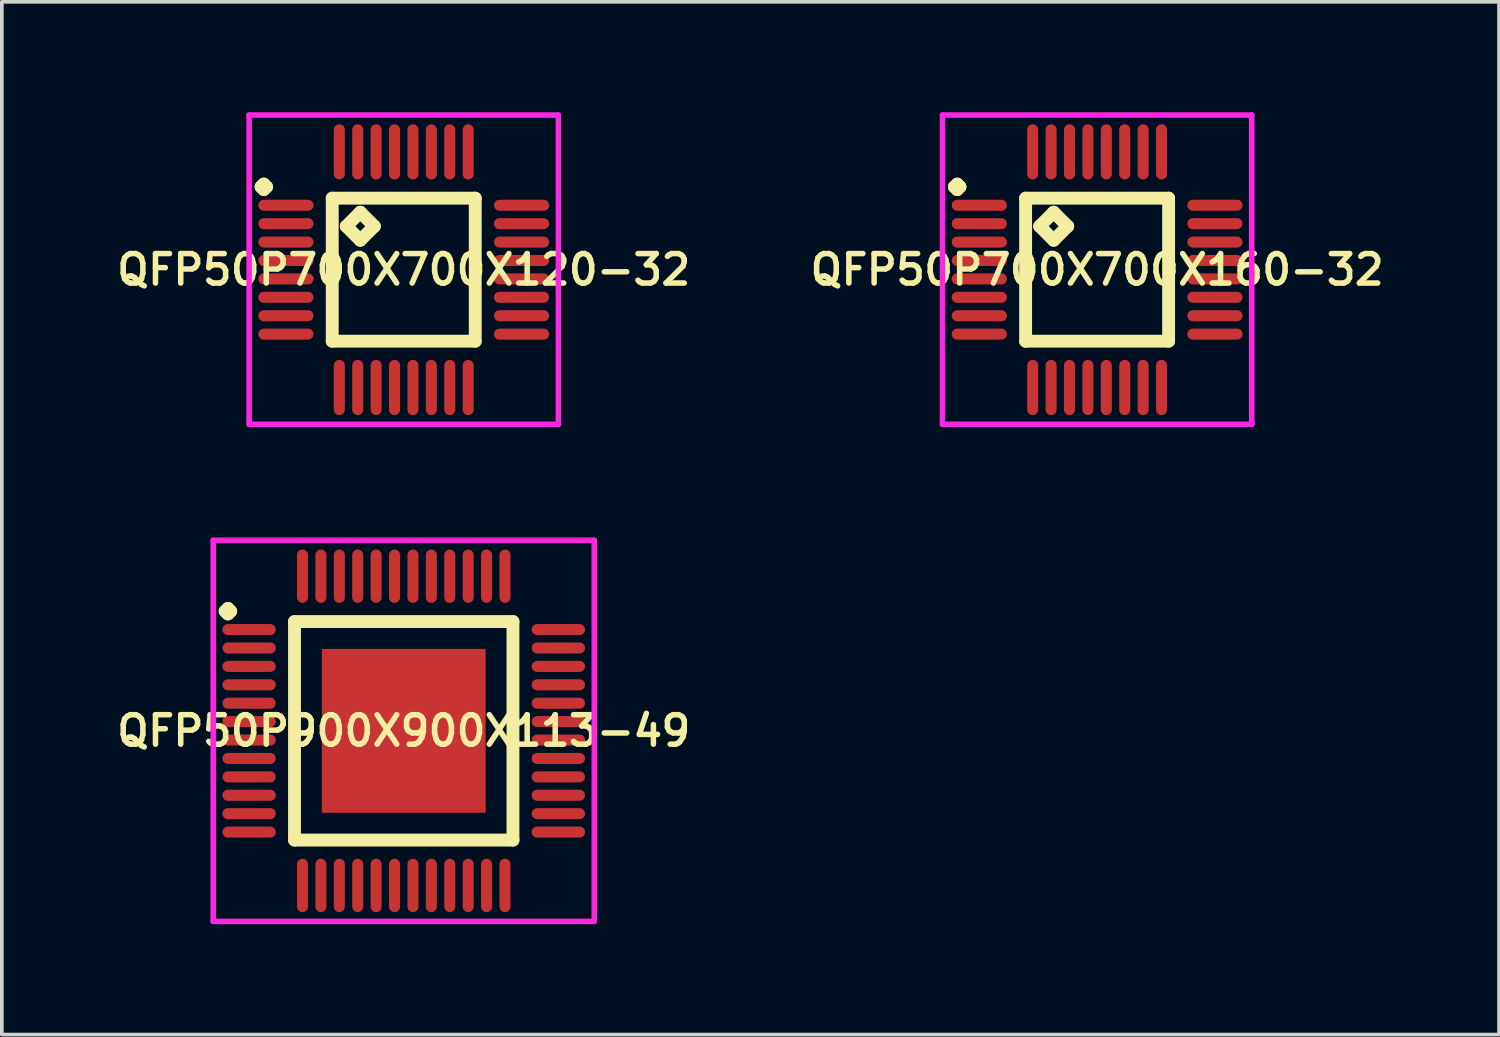
<source format=kicad_pcb>
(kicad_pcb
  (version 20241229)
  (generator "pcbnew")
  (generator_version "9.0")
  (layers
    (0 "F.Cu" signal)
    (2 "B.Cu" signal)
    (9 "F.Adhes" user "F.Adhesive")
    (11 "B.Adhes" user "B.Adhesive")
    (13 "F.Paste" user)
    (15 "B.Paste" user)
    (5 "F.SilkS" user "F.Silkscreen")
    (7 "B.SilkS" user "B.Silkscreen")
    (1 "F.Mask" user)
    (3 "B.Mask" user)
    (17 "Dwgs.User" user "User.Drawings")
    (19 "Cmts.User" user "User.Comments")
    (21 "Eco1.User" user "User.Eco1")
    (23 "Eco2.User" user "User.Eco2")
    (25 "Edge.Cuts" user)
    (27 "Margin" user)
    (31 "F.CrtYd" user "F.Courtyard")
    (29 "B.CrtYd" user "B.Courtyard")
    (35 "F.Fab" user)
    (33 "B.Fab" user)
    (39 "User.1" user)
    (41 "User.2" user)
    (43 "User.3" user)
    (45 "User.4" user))
  (footprint "QFP50P900X900X113-49"
    (layer "F.Cu")
    (at 7.916 16.8)
    (property "Reference" "QFP50P900X900X113-49" (at 0 0 0) (layer "F.SilkS") (effects (font (size 0.8 0.8) (thickness 0.15))))
    (attr smd)
    (fp_line (start -4.85 -3.25) (end -4.775 -3.325) (stroke (width 0.35) (type solid)) (layer "F.SilkS"))
    (fp_line (start -4.775 -3.325) (end -4.7 -3.25) (stroke (width 0.35) (type solid)) (layer "F.SilkS"))
    (fp_line (start -4.775 -3.175) (end -4.85 -3.25) (stroke (width 0.35) (type solid)) (layer "F.SilkS"))
    (fp_line (start -4.7 -3.25) (end -4.775 -3.175) (stroke (width 0.35) (type solid)) (layer "F.SilkS"))
    (fp_line (start -2.967 -2.967) (end -2.967 2.967) (stroke (width 0.35) (type solid)) (layer "F.SilkS"))
    (fp_line (start -2.967 2.967) (end 2.967 2.967) (stroke (width 0.35) (type solid)) (layer "F.SilkS"))
    (fp_line (start 2.967 -2.967) (end -2.967 -2.967) (stroke (width 0.35) (type solid)) (layer "F.SilkS"))
    (fp_line (start 2.967 2.967) (end 2.967 -2.967) (stroke (width 0.35) (type solid)) (layer "F.SilkS"))
    (fp_line (start -5.175 -5.175) (end 5.175 -5.175) (stroke (width 0.15) (type solid)) (layer "F.CrtYd"))
    (fp_line (start -5.175 5.175) (end -5.175 -5.175) (stroke (width 0.15) (type solid)) (layer "F.CrtYd"))
    (fp_line (start 5.175 -5.175) (end 5.175 5.175) (stroke (width 0.15) (type solid)) (layer "F.CrtYd"))
    (fp_line (start 5.175 5.175) (end -5.175 5.175) (stroke (width 0.15) (type solid)) (layer "F.CrtYd"))
    (pad "1" smd oval (at -4.2 -2.75) (size 1.45 0.3) (layers "F.Cu" "F.Mask" "F.Paste"))
    (pad "2" smd oval (at -4.2 -2.25) (size 1.45 0.3) (layers "F.Cu" "F.Mask" "F.Paste"))
    (pad "3" smd oval (at -4.2 -1.75) (size 1.45 0.3) (layers "F.Cu" "F.Mask" "F.Paste"))
    (pad "4" smd oval (at -4.2 -1.25) (size 1.45 0.3) (layers "F.Cu" "F.Mask" "F.Paste"))
    (pad "5" smd oval (at -4.2 -0.75) (size 1.45 0.3) (layers "F.Cu" "F.Mask" "F.Paste"))
    (pad "6" smd oval (at -4.2 -0.25) (size 1.45 0.3) (layers "F.Cu" "F.Mask" "F.Paste"))
    (pad "7" smd oval (at -4.2 0.25) (size 1.45 0.3) (layers "F.Cu" "F.Mask" "F.Paste"))
    (pad "8" smd oval (at -4.2 0.75) (size 1.45 0.3) (layers "F.Cu" "F.Mask" "F.Paste"))
    (pad "9" smd oval (at -4.2 1.25) (size 1.45 0.3) (layers "F.Cu" "F.Mask" "F.Paste"))
    (pad "10" smd oval (at -4.2 1.75) (size 1.45 0.3) (layers "F.Cu" "F.Mask" "F.Paste"))
    (pad "11" smd oval (at -4.2 2.25) (size 1.45 0.3) (layers "F.Cu" "F.Mask" "F.Paste"))
    (pad "12" smd oval (at -4.2 2.75) (size 1.45 0.3) (layers "F.Cu" "F.Mask" "F.Paste"))
    (pad "13" smd oval (at -2.75 4.2) (size 0.3 1.45) (layers "F.Cu" "F.Mask" "F.Paste"))
    (pad "14" smd oval (at -2.25 4.2) (size 0.3 1.45) (layers "F.Cu" "F.Mask" "F.Paste"))
    (pad "15" smd oval (at -1.75 4.2) (size 0.3 1.45) (layers "F.Cu" "F.Mask" "F.Paste"))
    (pad "16" smd oval (at -1.25 4.2) (size 0.3 1.45) (layers "F.Cu" "F.Mask" "F.Paste"))
    (pad "17" smd oval (at -0.75 4.2) (size 0.3 1.45) (layers "F.Cu" "F.Mask" "F.Paste"))
    (pad "18" smd oval (at -0.25 4.2) (size 0.3 1.45) (layers "F.Cu" "F.Mask" "F.Paste"))
    (pad "19" smd oval (at 0.25 4.2) (size 0.3 1.45) (layers "F.Cu" "F.Mask" "F.Paste"))
    (pad "20" smd oval (at 0.75 4.2) (size 0.3 1.45) (layers "F.Cu" "F.Mask" "F.Paste"))
    (pad "21" smd oval (at 1.25 4.2) (size 0.3 1.45) (layers "F.Cu" "F.Mask" "F.Paste"))
    (pad "22" smd oval (at 1.75 4.2) (size 0.3 1.45) (layers "F.Cu" "F.Mask" "F.Paste"))
    (pad "23" smd oval (at 2.25 4.2) (size 0.3 1.45) (layers "F.Cu" "F.Mask" "F.Paste"))
    (pad "24" smd oval (at 2.75 4.2) (size 0.3 1.45) (layers "F.Cu" "F.Mask" "F.Paste"))
    (pad "25" smd oval (at 4.2 2.75) (size 1.45 0.3) (layers "F.Cu" "F.Mask" "F.Paste"))
    (pad "26" smd oval (at 4.2 2.25) (size 1.45 0.3) (layers "F.Cu" "F.Mask" "F.Paste"))
    (pad "27" smd oval (at 4.2 1.75) (size 1.45 0.3) (layers "F.Cu" "F.Mask" "F.Paste"))
    (pad "28" smd oval (at 4.2 1.25) (size 1.45 0.3) (layers "F.Cu" "F.Mask" "F.Paste"))
    (pad "29" smd oval (at 4.2 0.75) (size 1.45 0.3) (layers "F.Cu" "F.Mask" "F.Paste"))
    (pad "30" smd oval (at 4.2 0.25) (size 1.45 0.3) (layers "F.Cu" "F.Mask" "F.Paste"))
    (pad "31" smd oval (at 4.2 -0.25) (size 1.45 0.3) (layers "F.Cu" "F.Mask" "F.Paste"))
    (pad "32" smd oval (at 4.2 -0.75) (size 1.45 0.3) (layers "F.Cu" "F.Mask" "F.Paste"))
    (pad "33" smd oval (at 4.2 -1.25) (size 1.45 0.3) (layers "F.Cu" "F.Mask" "F.Paste"))
    (pad "34" smd oval (at 4.2 -1.75) (size 1.45 0.3) (layers "F.Cu" "F.Mask" "F.Paste"))
    (pad "35" smd oval (at 4.2 -2.25) (size 1.45 0.3) (layers "F.Cu" "F.Mask" "F.Paste"))
    (pad "36" smd oval (at 4.2 -2.75) (size 1.45 0.3) (layers "F.Cu" "F.Mask" "F.Paste"))
    (pad "37" smd oval (at 2.75 -4.2) (size 0.3 1.45) (layers "F.Cu" "F.Mask" "F.Paste"))
    (pad "38" smd oval (at 2.25 -4.2) (size 0.3 1.45) (layers "F.Cu" "F.Mask" "F.Paste"))
    (pad "39" smd oval (at 1.75 -4.2) (size 0.3 1.45) (layers "F.Cu" "F.Mask" "F.Paste"))
    (pad "40" smd oval (at 1.25 -4.2) (size 0.3 1.45) (layers "F.Cu" "F.Mask" "F.Paste"))
    (pad "41" smd oval (at 0.75 -4.2) (size 0.3 1.45) (layers "F.Cu" "F.Mask" "F.Paste"))
    (pad "42" smd oval (at 0.25 -4.2) (size 0.3 1.45) (layers "F.Cu" "F.Mask" "F.Paste"))
    (pad "43" smd oval (at -0.25 -4.2) (size 0.3 1.45) (layers "F.Cu" "F.Mask" "F.Paste"))
    (pad "44" smd oval (at -0.75 -4.2) (size 0.3 1.45) (layers "F.Cu" "F.Mask" "F.Paste"))
    (pad "45" smd oval (at -1.25 -4.2) (size 0.3 1.45) (layers "F.Cu" "F.Mask" "F.Paste"))
    (pad "46" smd oval (at -1.75 -4.2) (size 0.3 1.45) (layers "F.Cu" "F.Mask" "F.Paste"))
    (pad "47" smd oval (at -2.25 -4.2) (size 0.3 1.45) (layers "F.Cu" "F.Mask" "F.Paste"))
    (pad "48" smd oval (at -2.75 -4.2) (size 0.3 1.45) (layers "F.Cu" "F.Mask" "F.Paste"))
    (pad "49" smd rect (at 0 0) (size 4.45 4.45) (layers "F.Cu" "F.Mask" "F.Paste")))
  (footprint "QFP50P700X700X120-32"
    (layer "F.Cu")
    (at 7.916 4.275)
    (property "Reference" "QFP50P700X700X120-32" (at 0 0 0) (layer "F.SilkS") (effects (font (size 0.8 0.8) (thickness 0.15))))
    (attr smd)
    (fp_line (start -3.875 -2.25) (end -3.8 -2.325) (stroke (width 0.35) (type solid)) (layer "F.SilkS"))
    (fp_line (start -3.8 -2.325) (end -3.725 -2.25) (stroke (width 0.35) (type solid)) (layer "F.SilkS"))
    (fp_line (start -3.8 -2.175) (end -3.875 -2.25) (stroke (width 0.35) (type solid)) (layer "F.SilkS"))
    (fp_line (start -3.725 -2.25) (end -3.8 -2.175) (stroke (width 0.35) (type solid)) (layer "F.SilkS"))
    (fp_line (start -1.942 -1.942) (end -1.942 1.942) (stroke (width 0.35) (type solid)) (layer "F.SilkS"))
    (fp_line (start -1.942 1.942) (end 1.942 1.942) (stroke (width 0.35) (type solid)) (layer "F.SilkS"))
    (fp_line (start -1.561 -1.18) (end -1.18 -1.561) (stroke (width 0.35) (type solid)) (layer "F.SilkS"))
    (fp_line (start -1.18 -1.561) (end -0.799 -1.18) (stroke (width 0.35) (type solid)) (layer "F.SilkS"))
    (fp_line (start -1.18 -0.799) (end -1.561 -1.18) (stroke (width 0.35) (type solid)) (layer "F.SilkS"))
    (fp_line (start -0.799 -1.18) (end -1.18 -0.799) (stroke (width 0.35) (type solid)) (layer "F.SilkS"))
    (fp_line (start 1.942 -1.942) (end -1.942 -1.942) (stroke (width 0.35) (type solid)) (layer "F.SilkS"))
    (fp_line (start 1.942 1.942) (end 1.942 -1.942) (stroke (width 0.35) (type solid)) (layer "F.SilkS"))
    (fp_line (start -4.2 -4.2) (end 4.2 -4.2) (stroke (width 0.15) (type solid)) (layer "F.CrtYd"))
    (fp_line (start -4.2 4.2) (end -4.2 -4.2) (stroke (width 0.15) (type solid)) (layer "F.CrtYd"))
    (fp_line (start 4.2 -4.2) (end 4.2 4.2) (stroke (width 0.15) (type solid)) (layer "F.CrtYd"))
    (fp_line (start 4.2 4.2) (end -4.2 4.2) (stroke (width 0.15) (type solid)) (layer "F.CrtYd"))
    (pad "1" smd oval (at -3.2 -1.75) (size 1.5 0.3) (layers "F.Cu" "F.Mask" "F.Paste"))
    (pad "2" smd oval (at -3.2 -1.25) (size 1.5 0.3) (layers "F.Cu" "F.Mask" "F.Paste"))
    (pad "3" smd oval (at -3.2 -0.75) (size 1.5 0.3) (layers "F.Cu" "F.Mask" "F.Paste"))
    (pad "4" smd oval (at -3.2 -0.25) (size 1.5 0.3) (layers "F.Cu" "F.Mask" "F.Paste"))
    (pad "5" smd oval (at -3.2 0.25) (size 1.5 0.3) (layers "F.Cu" "F.Mask" "F.Paste"))
    (pad "6" smd oval (at -3.2 0.75) (size 1.5 0.3) (layers "F.Cu" "F.Mask" "F.Paste"))
    (pad "7" smd oval (at -3.2 1.25) (size 1.5 0.3) (layers "F.Cu" "F.Mask" "F.Paste"))
    (pad "8" smd oval (at -3.2 1.75) (size 1.5 0.3) (layers "F.Cu" "F.Mask" "F.Paste"))
    (pad "9" smd oval (at -1.75 3.2) (size 0.3 1.5) (layers "F.Cu" "F.Mask" "F.Paste"))
    (pad "10" smd oval (at -1.25 3.2) (size 0.3 1.5) (layers "F.Cu" "F.Mask" "F.Paste"))
    (pad "11" smd oval (at -0.75 3.2) (size 0.3 1.5) (layers "F.Cu" "F.Mask" "F.Paste"))
    (pad "12" smd oval (at -0.25 3.2) (size 0.3 1.5) (layers "F.Cu" "F.Mask" "F.Paste"))
    (pad "13" smd oval (at 0.25 3.2) (size 0.3 1.5) (layers "F.Cu" "F.Mask" "F.Paste"))
    (pad "14" smd oval (at 0.75 3.2) (size 0.3 1.5) (layers "F.Cu" "F.Mask" "F.Paste"))
    (pad "15" smd oval (at 1.25 3.2) (size 0.3 1.5) (layers "F.Cu" "F.Mask" "F.Paste"))
    (pad "16" smd oval (at 1.75 3.2) (size 0.3 1.5) (layers "F.Cu" "F.Mask" "F.Paste"))
    (pad "17" smd oval (at 3.2 1.75) (size 1.5 0.3) (layers "F.Cu" "F.Mask" "F.Paste"))
    (pad "18" smd oval (at 3.2 1.25) (size 1.5 0.3) (layers "F.Cu" "F.Mask" "F.Paste"))
    (pad "19" smd oval (at 3.2 0.75) (size 1.5 0.3) (layers "F.Cu" "F.Mask" "F.Paste"))
    (pad "20" smd oval (at 3.2 0.25) (size 1.5 0.3) (layers "F.Cu" "F.Mask" "F.Paste"))
    (pad "21" smd oval (at 3.2 -0.25) (size 1.5 0.3) (layers "F.Cu" "F.Mask" "F.Paste"))
    (pad "22" smd oval (at 3.2 -0.75) (size 1.5 0.3) (layers "F.Cu" "F.Mask" "F.Paste"))
    (pad "23" smd oval (at 3.2 -1.25) (size 1.5 0.3) (layers "F.Cu" "F.Mask" "F.Paste"))
    (pad "24" smd oval (at 3.2 -1.75) (size 1.5 0.3) (layers "F.Cu" "F.Mask" "F.Paste"))
    (pad "25" smd oval (at 1.75 -3.2) (size 0.3 1.5) (layers "F.Cu" "F.Mask" "F.Paste"))
    (pad "26" smd oval (at 1.25 -3.2) (size 0.3 1.5) (layers "F.Cu" "F.Mask" "F.Paste"))
    (pad "27" smd oval (at 0.75 -3.2) (size 0.3 1.5) (layers "F.Cu" "F.Mask" "F.Paste"))
    (pad "28" smd oval (at 0.25 -3.2) (size 0.3 1.5) (layers "F.Cu" "F.Mask" "F.Paste"))
    (pad "29" smd oval (at -0.25 -3.2) (size 0.3 1.5) (layers "F.Cu" "F.Mask" "F.Paste"))
    (pad "30" smd oval (at -0.75 -3.2) (size 0.3 1.5) (layers "F.Cu" "F.Mask" "F.Paste"))
    (pad "31" smd oval (at -1.25 -3.2) (size 0.3 1.5) (layers "F.Cu" "F.Mask" "F.Paste"))
    (pad "32" smd oval (at -1.75 -3.2) (size 0.3 1.5) (layers "F.Cu" "F.Mask" "F.Paste")))
  (footprint "QFP50P700X700X160-32"
    (layer "F.Cu")
    (at 26.749 4.275)
    (property "Reference" "QFP50P700X700X160-32" (at 0 0 0) (layer "F.SilkS") (effects (font (size 0.8 0.8) (thickness 0.15))))
    (attr smd)
    (fp_line (start -3.875 -2.25) (end -3.8 -2.325) (stroke (width 0.35) (type solid)) (layer "F.SilkS"))
    (fp_line (start -3.8 -2.325) (end -3.725 -2.25) (stroke (width 0.35) (type solid)) (layer "F.SilkS"))
    (fp_line (start -3.8 -2.175) (end -3.875 -2.25) (stroke (width 0.35) (type solid)) (layer "F.SilkS"))
    (fp_line (start -3.725 -2.25) (end -3.8 -2.175) (stroke (width 0.35) (type solid)) (layer "F.SilkS"))
    (fp_line (start -1.942 -1.942) (end -1.942 1.942) (stroke (width 0.35) (type solid)) (layer "F.SilkS"))
    (fp_line (start -1.942 1.942) (end 1.942 1.942) (stroke (width 0.35) (type solid)) (layer "F.SilkS"))
    (fp_line (start -1.561 -1.18) (end -1.18 -1.561) (stroke (width 0.35) (type solid)) (layer "F.SilkS"))
    (fp_line (start -1.18 -1.561) (end -0.799 -1.18) (stroke (width 0.35) (type solid)) (layer "F.SilkS"))
    (fp_line (start -1.18 -0.799) (end -1.561 -1.18) (stroke (width 0.35) (type solid)) (layer "F.SilkS"))
    (fp_line (start -0.799 -1.18) (end -1.18 -0.799) (stroke (width 0.35) (type solid)) (layer "F.SilkS"))
    (fp_line (start 1.942 -1.942) (end -1.942 -1.942) (stroke (width 0.35) (type solid)) (layer "F.SilkS"))
    (fp_line (start 1.942 1.942) (end 1.942 -1.942) (stroke (width 0.35) (type solid)) (layer "F.SilkS"))
    (fp_line (start -4.2 -4.2) (end 4.2 -4.2) (stroke (width 0.15) (type solid)) (layer "F.CrtYd"))
    (fp_line (start -4.2 4.2) (end -4.2 -4.2) (stroke (width 0.15) (type solid)) (layer "F.CrtYd"))
    (fp_line (start 4.2 -4.2) (end 4.2 4.2) (stroke (width 0.15) (type solid)) (layer "F.CrtYd"))
    (fp_line (start 4.2 4.2) (end -4.2 4.2) (stroke (width 0.15) (type solid)) (layer "F.CrtYd"))
    (pad "1" smd oval (at -3.2 -1.75) (size 1.5 0.3) (layers "F.Cu" "F.Mask" "F.Paste"))
    (pad "2" smd oval (at -3.2 -1.25) (size 1.5 0.3) (layers "F.Cu" "F.Mask" "F.Paste"))
    (pad "3" smd oval (at -3.2 -0.75) (size 1.5 0.3) (layers "F.Cu" "F.Mask" "F.Paste"))
    (pad "4" smd oval (at -3.2 -0.25) (size 1.5 0.3) (layers "F.Cu" "F.Mask" "F.Paste"))
    (pad "5" smd oval (at -3.2 0.25) (size 1.5 0.3) (layers "F.Cu" "F.Mask" "F.Paste"))
    (pad "6" smd oval (at -3.2 0.75) (size 1.5 0.3) (layers "F.Cu" "F.Mask" "F.Paste"))
    (pad "7" smd oval (at -3.2 1.25) (size 1.5 0.3) (layers "F.Cu" "F.Mask" "F.Paste"))
    (pad "8" smd oval (at -3.2 1.75) (size 1.5 0.3) (layers "F.Cu" "F.Mask" "F.Paste"))
    (pad "9" smd oval (at -1.75 3.2) (size 0.3 1.5) (layers "F.Cu" "F.Mask" "F.Paste"))
    (pad "10" smd oval (at -1.25 3.2) (size 0.3 1.5) (layers "F.Cu" "F.Mask" "F.Paste"))
    (pad "11" smd oval (at -0.75 3.2) (size 0.3 1.5) (layers "F.Cu" "F.Mask" "F.Paste"))
    (pad "12" smd oval (at -0.25 3.2) (size 0.3 1.5) (layers "F.Cu" "F.Mask" "F.Paste"))
    (pad "13" smd oval (at 0.25 3.2) (size 0.3 1.5) (layers "F.Cu" "F.Mask" "F.Paste"))
    (pad "14" smd oval (at 0.75 3.2) (size 0.3 1.5) (layers "F.Cu" "F.Mask" "F.Paste"))
    (pad "15" smd oval (at 1.25 3.2) (size 0.3 1.5) (layers "F.Cu" "F.Mask" "F.Paste"))
    (pad "16" smd oval (at 1.75 3.2) (size 0.3 1.5) (layers "F.Cu" "F.Mask" "F.Paste"))
    (pad "17" smd oval (at 3.2 1.75) (size 1.5 0.3) (layers "F.Cu" "F.Mask" "F.Paste"))
    (pad "18" smd oval (at 3.2 1.25) (size 1.5 0.3) (layers "F.Cu" "F.Mask" "F.Paste"))
    (pad "19" smd oval (at 3.2 0.75) (size 1.5 0.3) (layers "F.Cu" "F.Mask" "F.Paste"))
    (pad "20" smd oval (at 3.2 0.25) (size 1.5 0.3) (layers "F.Cu" "F.Mask" "F.Paste"))
    (pad "21" smd oval (at 3.2 -0.25) (size 1.5 0.3) (layers "F.Cu" "F.Mask" "F.Paste"))
    (pad "22" smd oval (at 3.2 -0.75) (size 1.5 0.3) (layers "F.Cu" "F.Mask" "F.Paste"))
    (pad "23" smd oval (at 3.2 -1.25) (size 1.5 0.3) (layers "F.Cu" "F.Mask" "F.Paste"))
    (pad "24" smd oval (at 3.2 -1.75) (size 1.5 0.3) (layers "F.Cu" "F.Mask" "F.Paste"))
    (pad "25" smd oval (at 1.75 -3.2) (size 0.3 1.5) (layers "F.Cu" "F.Mask" "F.Paste"))
    (pad "26" smd oval (at 1.25 -3.2) (size 0.3 1.5) (layers "F.Cu" "F.Mask" "F.Paste"))
    (pad "27" smd oval (at 0.75 -3.2) (size 0.3 1.5) (layers "F.Cu" "F.Mask" "F.Paste"))
    (pad "28" smd oval (at 0.25 -3.2) (size 0.3 1.5) (layers "F.Cu" "F.Mask" "F.Paste"))
    (pad "29" smd oval (at -0.25 -3.2) (size 0.3 1.5) (layers "F.Cu" "F.Mask" "F.Paste"))
    (pad "30" smd oval (at -0.75 -3.2) (size 0.3 1.5) (layers "F.Cu" "F.Mask" "F.Paste"))
    (pad "31" smd oval (at -1.25 -3.2) (size 0.3 1.5) (layers "F.Cu" "F.Mask" "F.Paste"))
    (pad "32" smd oval (at -1.75 -3.2) (size 0.3 1.5) (layers "F.Cu" "F.Mask" "F.Paste")))
  (gr_rect
    (start -3 -3)
    (end 37.666 25.05)
    (stroke (width 0.1) (type default))
    (fill no)
    (layer "Edge.Cuts")))
</source>
